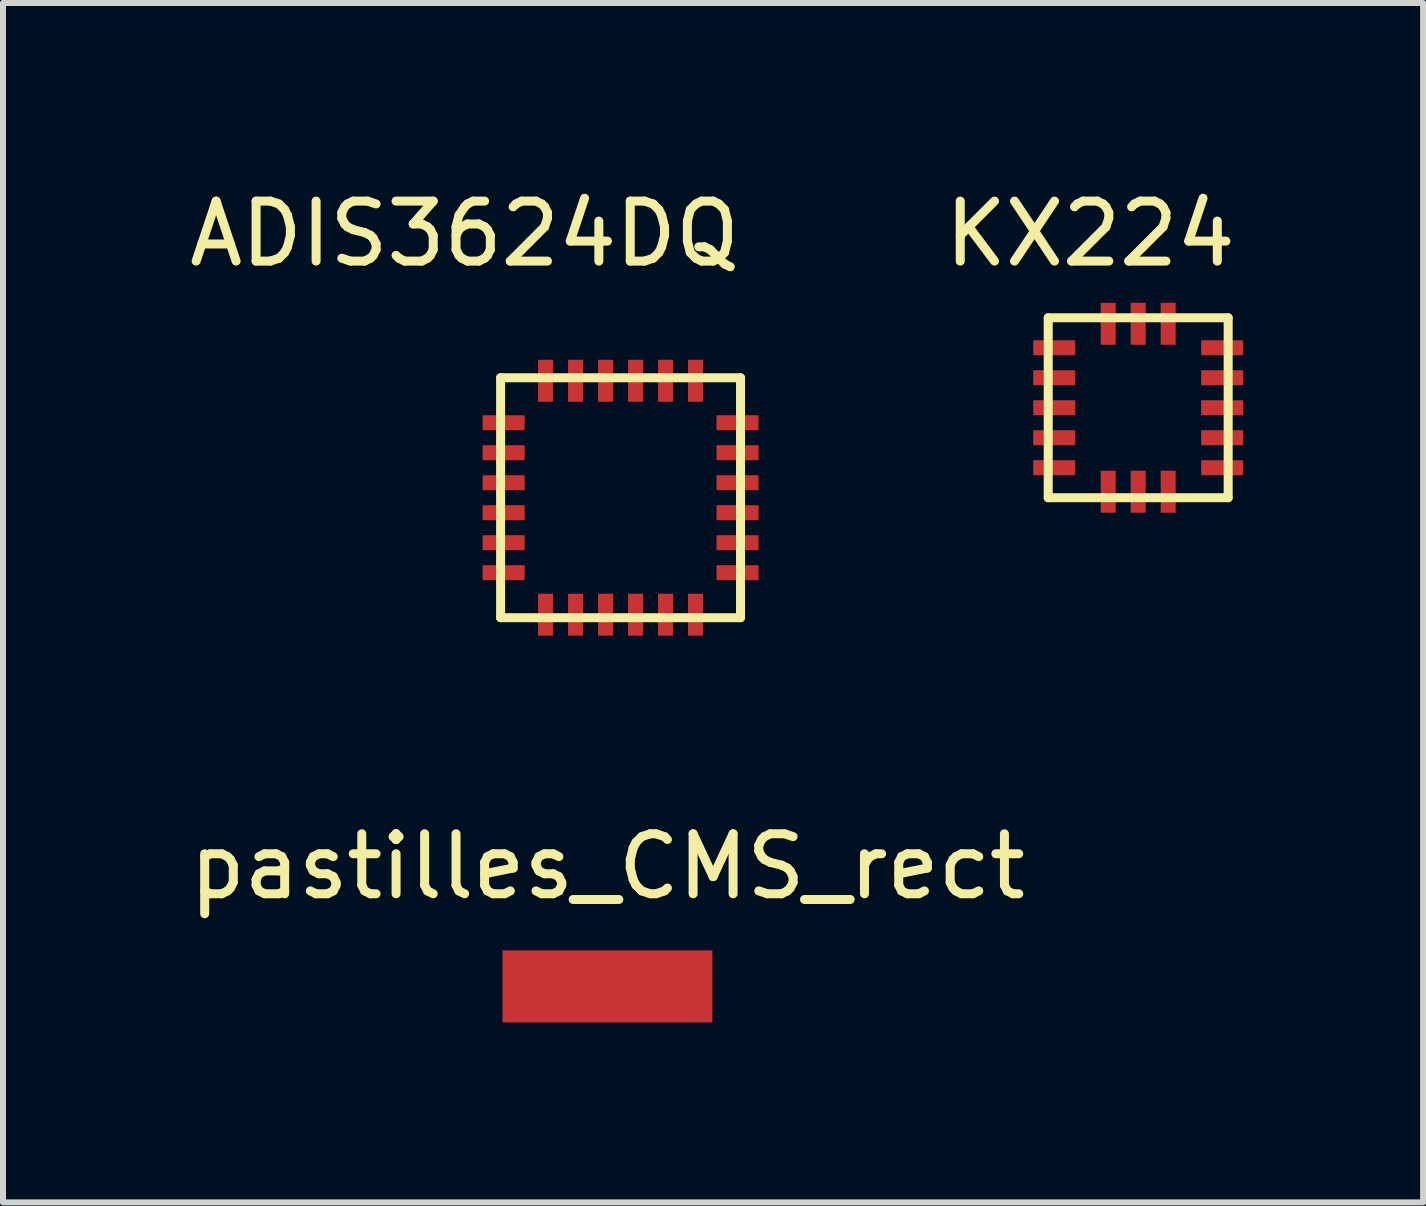
<source format=kicad_pcb>
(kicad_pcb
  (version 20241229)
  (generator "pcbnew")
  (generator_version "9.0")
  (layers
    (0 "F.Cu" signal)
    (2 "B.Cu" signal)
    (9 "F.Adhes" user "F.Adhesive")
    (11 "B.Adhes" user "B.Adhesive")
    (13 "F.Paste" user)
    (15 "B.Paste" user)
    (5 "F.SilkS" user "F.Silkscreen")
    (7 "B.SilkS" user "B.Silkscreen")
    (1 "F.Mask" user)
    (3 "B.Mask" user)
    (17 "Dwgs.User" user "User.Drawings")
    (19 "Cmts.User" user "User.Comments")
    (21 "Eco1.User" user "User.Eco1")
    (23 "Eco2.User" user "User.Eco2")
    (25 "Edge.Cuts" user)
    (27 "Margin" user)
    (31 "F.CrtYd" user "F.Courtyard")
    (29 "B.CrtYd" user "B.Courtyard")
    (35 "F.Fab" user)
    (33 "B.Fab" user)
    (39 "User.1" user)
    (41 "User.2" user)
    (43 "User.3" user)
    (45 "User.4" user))
  (footprint "KX224"
    (layer "F.Cu")
    (at 15.926 3.748)
    (property "Reference" "KX224" (at -0.8 -2.9 0) (layer "F.SilkS") (effects (font (size 1 1) (thickness 0.15))))
    (attr through_hole)
    (fp_line (start -1.5 -1.5) (end -1.5 1.5) (stroke (width 0.15) (type solid)) (layer "F.SilkS"))
    (fp_line (start -1.5 1.5) (end 1.5 1.5) (stroke (width 0.15) (type solid)) (layer "F.SilkS"))
    (fp_line (start 1.5 -1.5) (end -1.5 -1.5) (stroke (width 0.15) (type solid)) (layer "F.SilkS"))
    (fp_line (start 1.5 1.5) (end 1.5 -1.5) (stroke (width 0.15) (type solid)) (layer "F.SilkS"))
    (pad "1" smd rect (at -1.4 -1 90) (size 0.25 0.7) (layers "F.Cu" "F.Mask" "F.Paste"))
    (pad "2" smd rect (at -1.4 -0.5 90) (size 0.25 0.7) (layers "F.Cu" "F.Mask" "F.Paste"))
    (pad "3" smd rect (at -1.4 0 90) (size 0.25 0.7) (layers "F.Cu" "F.Mask" "F.Paste"))
    (pad "4" smd rect (at -1.4 0.5 90) (size 0.25 0.7) (layers "F.Cu" "F.Mask" "F.Paste"))
    (pad "5" smd rect (at -1.4 1 90) (size 0.25 0.7) (layers "F.Cu" "F.Mask" "F.Paste"))
    (pad "6" smd rect (at -0.5 1.4) (size 0.25 0.7) (layers "F.Cu" "F.Mask" "F.Paste"))
    (pad "7" smd rect (at 0 1.4) (size 0.25 0.7) (layers "F.Cu" "F.Mask" "F.Paste"))
    (pad "8" smd rect (at 0.5 1.4) (size 0.25 0.7) (layers "F.Cu" "F.Mask" "F.Paste"))
    (pad "9" smd rect (at 1.4 1 90) (size 0.25 0.7) (layers "F.Cu" "F.Mask" "F.Paste"))
    (pad "10" smd rect (at 1.4 0.5 90) (size 0.25 0.7) (layers "F.Cu" "F.Mask" "F.Paste"))
    (pad "11" smd rect (at 1.4 0 90) (size 0.25 0.7) (layers "F.Cu" "F.Mask" "F.Paste"))
    (pad "12" smd rect (at 1.4 -0.5 90) (size 0.25 0.7) (layers "F.Cu" "F.Mask" "F.Paste"))
    (pad "13" smd rect (at 1.4 -1 90) (size 0.25 0.7) (layers "F.Cu" "F.Mask" "F.Paste"))
    (pad "14" smd rect (at 0.5 -1.4) (size 0.25 0.7) (layers "F.Cu" "F.Mask" "F.Paste"))
    (pad "15" smd rect (at 0 -1.4) (size 0.25 0.7) (layers "F.Cu" "F.Mask" "F.Paste"))
    (pad "16" smd rect (at -0.5 -1.4) (size 0.25 0.7) (layers "F.Cu" "F.Mask" "F.Paste")))
  (footprint "ADIS3624DQ"
    (layer "F.Cu")
    (at 7.296 5.248)
    (property "Reference" "ADIS3624DQ" (at -2.6 -4.4 0) (layer "F.SilkS") (effects (font (size 1 1) (thickness 0.15))))
    (attr through_hole)
    (fp_line (start -2 -2) (end -2 2) (stroke (width 0.15) (type solid)) (layer "F.SilkS"))
    (fp_line (start -2 2) (end 2 2) (stroke (width 0.15) (type solid)) (layer "F.SilkS"))
    (fp_line (start 2 -2) (end -2 -2) (stroke (width 0.15) (type solid)) (layer "F.SilkS"))
    (fp_line (start 2 2) (end 2 -2) (stroke (width 0.15) (type solid)) (layer "F.SilkS"))
    (pad "1" smd rect (at -1.95 -1.25) (size 0.7 0.25) (layers "F.Cu" "F.Mask" "F.Paste"))
    (pad "2" smd rect (at -1.95 -0.75) (size 0.7 0.25) (layers "F.Cu" "F.Mask" "F.Paste"))
    (pad "3" smd rect (at -1.95 -0.25) (size 0.7 0.25) (layers "F.Cu" "F.Mask" "F.Paste"))
    (pad "4" smd rect (at -1.95 0.25) (size 0.7 0.25) (layers "F.Cu" "F.Mask" "F.Paste"))
    (pad "5" smd rect (at -1.95 0.75) (size 0.7 0.25) (layers "F.Cu" "F.Mask" "F.Paste"))
    (pad "6" smd rect (at -1.95 1.25) (size 0.7 0.25) (layers "F.Cu" "F.Mask" "F.Paste"))
    (pad "7" smd rect (at -1.25 1.95 270) (size 0.7 0.25) (layers "F.Cu" "F.Mask" "F.Paste"))
    (pad "8" smd rect (at -0.75 1.95 270) (size 0.7 0.25) (layers "F.Cu" "F.Mask" "F.Paste"))
    (pad "9" smd rect (at -0.25 1.95 270) (size 0.7 0.25) (layers "F.Cu" "F.Mask" "F.Paste"))
    (pad "10" smd rect (at 0.25 1.95 270) (size 0.7 0.25) (layers "F.Cu" "F.Mask" "F.Paste"))
    (pad "11" smd rect (at 0.75 1.95 270) (size 0.7 0.25) (layers "F.Cu" "F.Mask" "F.Paste"))
    (pad "12" smd rect (at 1.25 1.95 270) (size 0.7 0.25) (layers "F.Cu" "F.Mask" "F.Paste"))
    (pad "13" smd rect (at 1.95 1.25) (size 0.7 0.25) (layers "F.Cu" "F.Mask" "F.Paste"))
    (pad "14" smd rect (at 1.95 0.75) (size 0.7 0.25) (layers "F.Cu" "F.Mask" "F.Paste"))
    (pad "15" smd rect (at 1.95 0.25) (size 0.7 0.25) (layers "F.Cu" "F.Mask" "F.Paste"))
    (pad "16" smd rect (at 1.95 -0.25) (size 0.7 0.25) (layers "F.Cu" "F.Mask" "F.Paste"))
    (pad "17" smd rect (at 1.95 -0.75) (size 0.7 0.25) (layers "F.Cu" "F.Mask" "F.Paste"))
    (pad "18" smd rect (at 1.95 -1.25) (size 0.7 0.25) (layers "F.Cu" "F.Mask" "F.Paste"))
    (pad "19" smd rect (at 1.25 -1.95 90) (size 0.7 0.25) (layers "F.Cu" "F.Mask" "F.Paste"))
    (pad "20" smd rect (at 0.75 -1.95 90) (size 0.7 0.25) (layers "F.Cu" "F.Mask" "F.Paste"))
    (pad "21" smd rect (at 0.25 -1.95 90) (size 0.7 0.25) (layers "F.Cu" "F.Mask" "F.Paste"))
    (pad "22" smd rect (at -0.25 -1.95 90) (size 0.7 0.25) (layers "F.Cu" "F.Mask" "F.Paste"))
    (pad "23" smd rect (at -0.75 -1.95 90) (size 0.7 0.25) (layers "F.Cu" "F.Mask" "F.Paste"))
    (pad "24" smd rect (at -1.25 -1.95 90) (size 0.7 0.25) (layers "F.Cu" "F.Mask" "F.Paste")))
  (footprint "pastilles_CMS_rect"
    (layer "F.Cu")
    (at 7.077 10.896)
    (property "Reference" "pastilles_CMS_rect" (at 0 0.5 0) (layer "F.SilkS") (effects (font (size 1 1) (thickness 0.15))))
    (attr through_hole)
    (pad "1" smd rect (at 0 2.5 90) (size 1.2 3.5) (layers "F.Cu" "F.Mask" "F.Paste")))
  (gr_rect
    (start -3 -3)
    (end 20.676 16.997)
    (stroke (width 0.1) (type default))
    (fill no)
    (layer "Edge.Cuts")))
</source>
